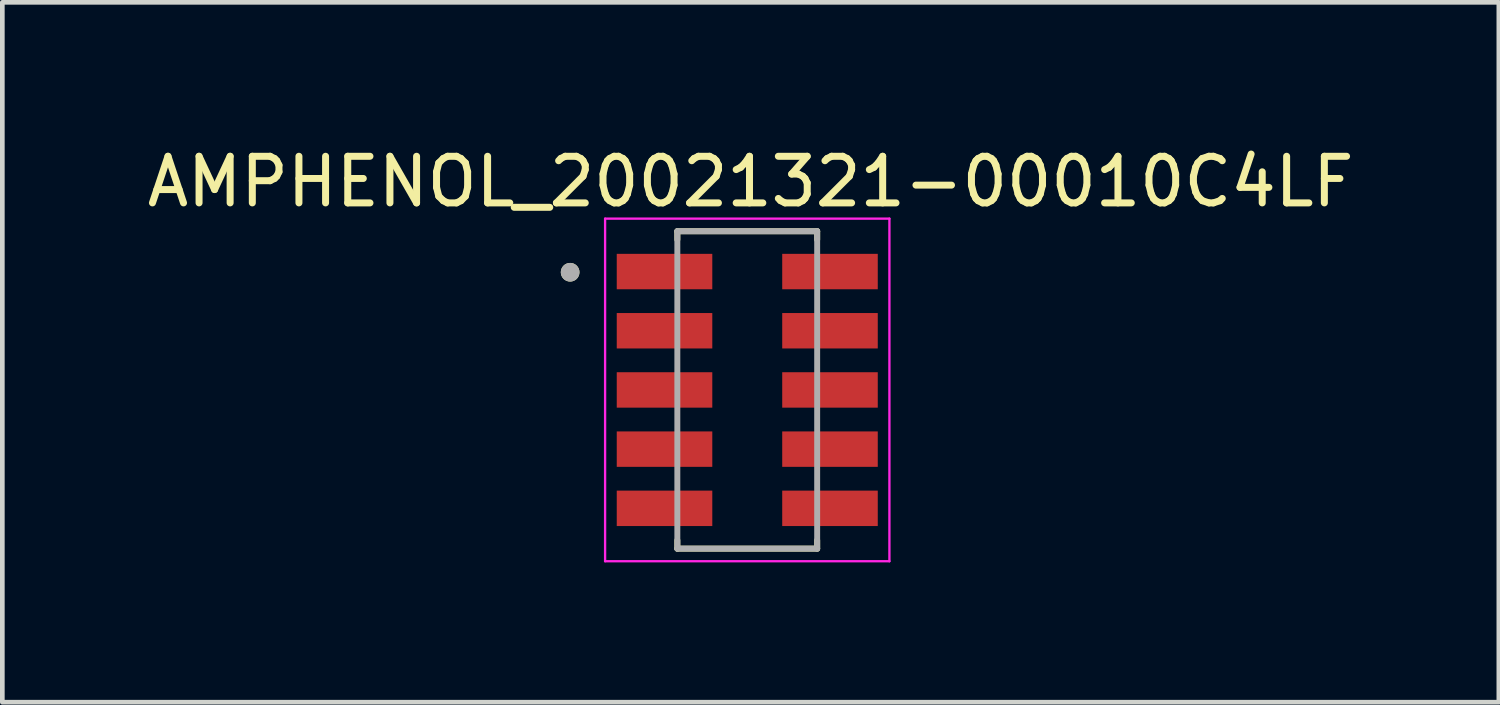
<source format=kicad_pcb>
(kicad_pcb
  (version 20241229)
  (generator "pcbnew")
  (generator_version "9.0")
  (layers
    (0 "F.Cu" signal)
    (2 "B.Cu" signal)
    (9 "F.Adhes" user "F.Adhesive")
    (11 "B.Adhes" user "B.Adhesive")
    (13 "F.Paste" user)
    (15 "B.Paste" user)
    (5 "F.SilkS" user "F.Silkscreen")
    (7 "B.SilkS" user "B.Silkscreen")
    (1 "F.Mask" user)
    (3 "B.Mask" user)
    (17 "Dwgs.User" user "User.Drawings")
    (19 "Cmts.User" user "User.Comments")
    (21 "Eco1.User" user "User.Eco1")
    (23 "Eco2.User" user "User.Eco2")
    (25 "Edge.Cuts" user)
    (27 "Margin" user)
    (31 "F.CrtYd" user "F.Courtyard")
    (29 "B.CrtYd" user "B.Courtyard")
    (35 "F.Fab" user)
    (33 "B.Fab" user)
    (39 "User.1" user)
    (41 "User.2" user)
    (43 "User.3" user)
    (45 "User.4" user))
  (footprint "AMPHENOL_20021321-00010C4LF"
    (layer "F.Cu")
    (at 12.982 5.316)
    (property "Reference" "AMPHENOL_20021321-00010C4LF" (at 0.072 -4.468 0) (layer "F.SilkS") (effects (font (size 1 1) (thickness 0.15))))
    (attr smd)
    (fp_line (start -1.5 -3.405) (end -1.5 -3.225) (stroke (width 0.127) (type solid)) (layer "F.SilkS"))
    (fp_line (start -1.5 3.405) (end -1.5 3.225) (stroke (width 0.127) (type solid)) (layer "F.SilkS"))
    (fp_line (start 1.5 -3.405) (end -1.5 -3.405) (stroke (width 0.127) (type solid)) (layer "F.SilkS"))
    (fp_line (start 1.5 -3.225) (end 1.5 -3.405) (stroke (width 0.127) (type solid)) (layer "F.SilkS"))
    (fp_line (start 1.5 3.225) (end 1.5 3.405) (stroke (width 0.127) (type solid)) (layer "F.SilkS"))
    (fp_line (start 1.5 3.405) (end -1.5 3.405) (stroke (width 0.127) (type solid)) (layer "F.SilkS"))
    (fp_circle (center -3.8 -2.525) (end -3.7 -2.525) (stroke (width 0.2) (type solid)) (fill no) (layer "F.SilkS"))
    (fp_line (start -3.05 -3.675) (end 3.05 -3.675) (stroke (width 0.05) (type solid)) (layer "F.CrtYd"))
    (fp_line (start -3.05 3.675) (end -3.05 -3.675) (stroke (width 0.05) (type solid)) (layer "F.CrtYd"))
    (fp_line (start 3.05 -3.675) (end 3.05 3.675) (stroke (width 0.05) (type solid)) (layer "F.CrtYd"))
    (fp_line (start 3.05 3.675) (end -3.05 3.675) (stroke (width 0.05) (type solid)) (layer "F.CrtYd"))
    (fp_line (start -1.5 -3.405) (end 1.5 -3.405) (stroke (width 0.127) (type solid)) (layer "F.Fab"))
    (fp_line (start -1.5 3.405) (end -1.5 -3.405) (stroke (width 0.127) (type solid)) (layer "F.Fab"))
    (fp_line (start 1.5 -3.405) (end 1.5 3.405) (stroke (width 0.127) (type solid)) (layer "F.Fab"))
    (fp_line (start 1.5 3.405) (end -1.5 3.405) (stroke (width 0.127) (type solid)) (layer "F.Fab"))
    (fp_circle (center -3.8 -2.525) (end -3.7 -2.525) (stroke (width 0.2) (type solid)) (fill no) (layer "F.Fab"))
    (pad "1" smd rect (at -1.775 -2.54) (size 2.05 0.76) (layers "F.Cu" "F.Mask" "F.Paste"))
    (pad "2" smd rect (at 1.775 -2.54) (size 2.05 0.76) (layers "F.Cu" "F.Mask" "F.Paste"))
    (pad "3" smd rect (at -1.775 -1.27) (size 2.05 0.76) (layers "F.Cu" "F.Mask" "F.Paste"))
    (pad "4" smd rect (at 1.775 -1.27) (size 2.05 0.76) (layers "F.Cu" "F.Mask" "F.Paste"))
    (pad "5" smd rect (at -1.775 0) (size 2.05 0.76) (layers "F.Cu" "F.Mask" "F.Paste"))
    (pad "6" smd rect (at 1.775 0) (size 2.05 0.76) (layers "F.Cu" "F.Mask" "F.Paste"))
    (pad "7" smd rect (at -1.775 1.27) (size 2.05 0.76) (layers "F.Cu" "F.Mask" "F.Paste"))
    (pad "8" smd rect (at 1.775 1.27) (size 2.05 0.76) (layers "F.Cu" "F.Mask" "F.Paste"))
    (pad "9" smd rect (at -1.775 2.54) (size 2.05 0.76) (layers "F.Cu" "F.Mask" "F.Paste"))
    (pad "10" smd rect (at 1.775 2.54) (size 2.05 0.76) (layers "F.Cu" "F.Mask" "F.Paste")))
  (gr_rect
    (start -3 -3)
    (end 29.107 12.016)
    (stroke (width 0.1) (type default))
    (fill no)
    (layer "Edge.Cuts")))
</source>
